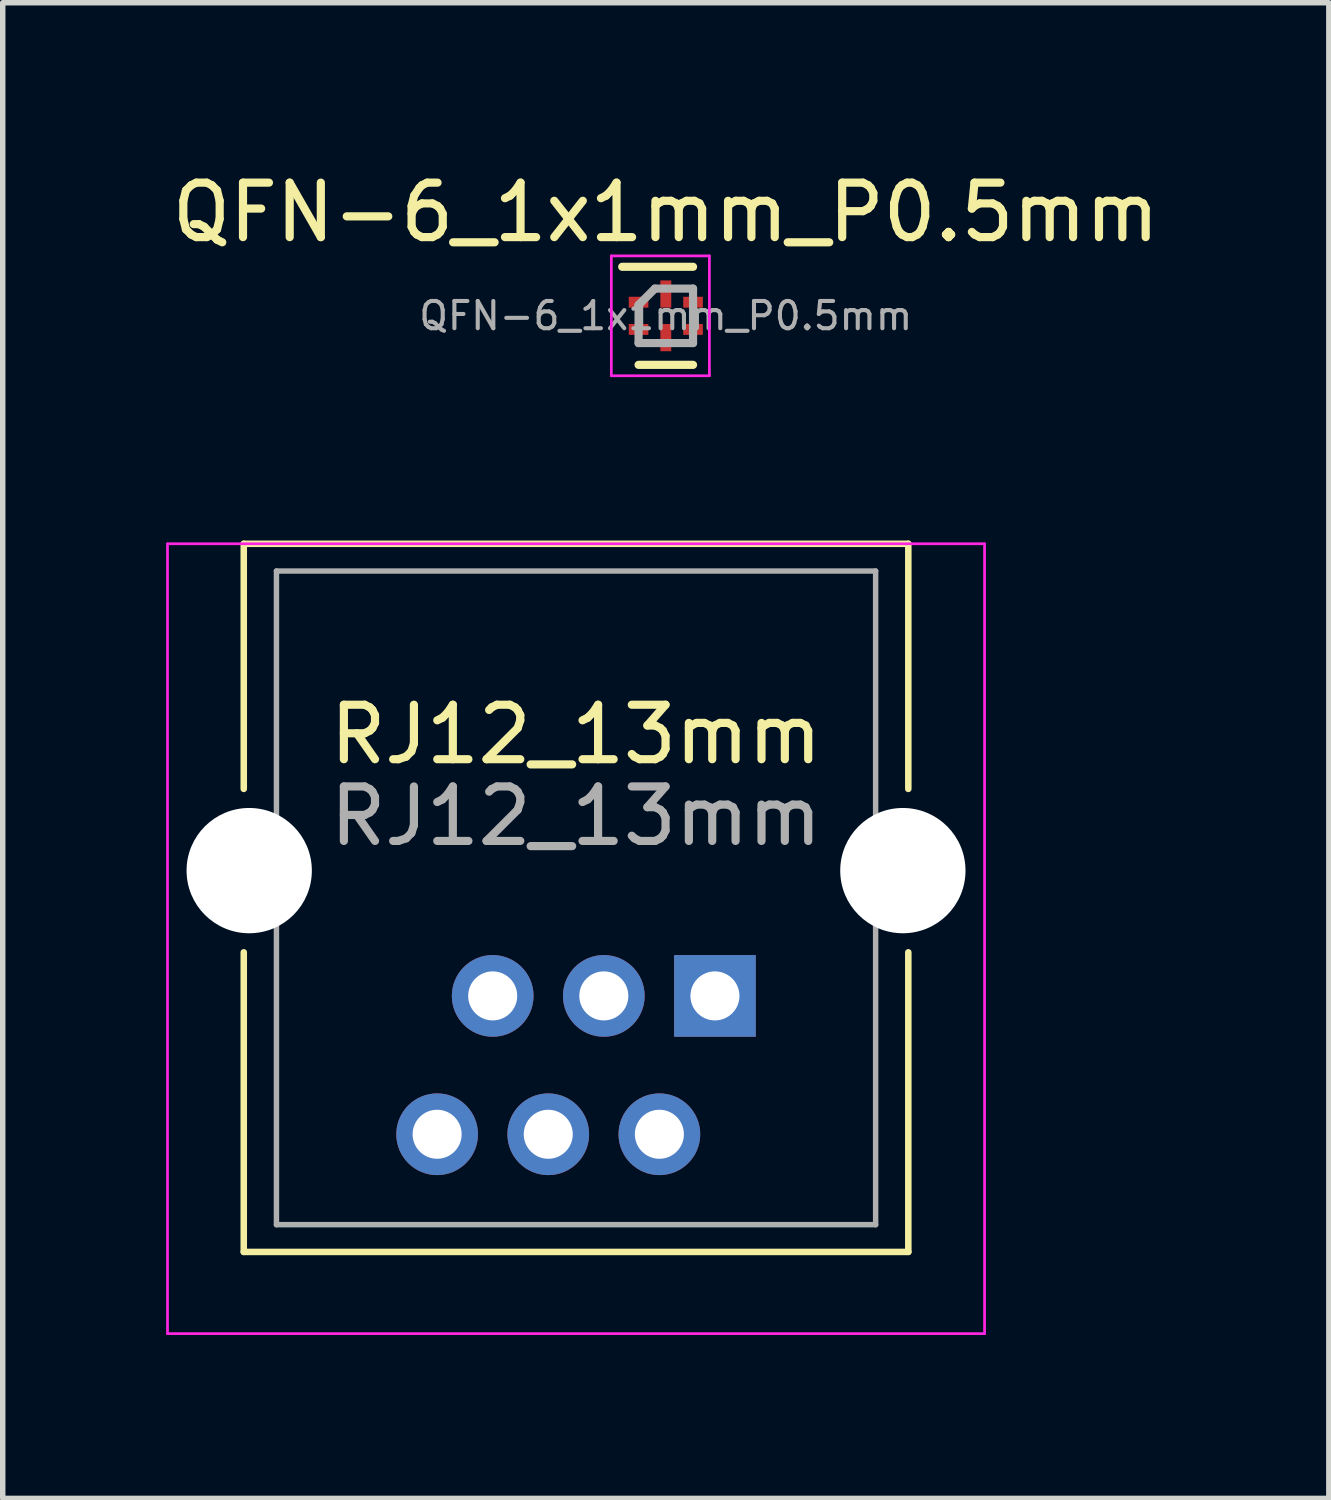
<source format=kicad_pcb>
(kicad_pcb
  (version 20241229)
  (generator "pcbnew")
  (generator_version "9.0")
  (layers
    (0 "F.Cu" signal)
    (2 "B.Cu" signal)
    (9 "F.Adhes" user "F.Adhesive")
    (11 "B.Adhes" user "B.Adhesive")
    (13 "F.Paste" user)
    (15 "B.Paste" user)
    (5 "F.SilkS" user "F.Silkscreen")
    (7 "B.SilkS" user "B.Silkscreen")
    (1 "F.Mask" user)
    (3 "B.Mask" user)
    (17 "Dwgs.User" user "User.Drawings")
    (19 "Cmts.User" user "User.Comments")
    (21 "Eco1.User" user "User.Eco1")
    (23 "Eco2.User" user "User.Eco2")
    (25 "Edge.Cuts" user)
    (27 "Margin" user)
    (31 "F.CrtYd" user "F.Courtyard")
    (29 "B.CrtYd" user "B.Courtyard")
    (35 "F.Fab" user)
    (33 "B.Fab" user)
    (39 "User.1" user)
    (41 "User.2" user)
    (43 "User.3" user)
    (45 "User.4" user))
  (footprint "QFN-6_1x1mm_P0.5mm"
    (layer "F.Cu")
    (at 9.173 2.748)
    (property "Reference" "QFN-6_1x1mm_P0.5mm" (at 0 -1.9 0) (layer "F.SilkS") (effects (font (size 1 1) (thickness 0.15))))
    (attr smd)
    (fp_line (start -0.8 -0.9) (end 0.5 -0.9) (stroke (width 0.15) (type solid)) (layer "F.SilkS"))
    (fp_line (start -0.5 0.9) (end 0.5 0.9) (stroke (width 0.15) (type solid)) (layer "F.SilkS"))
    (fp_line (start -1 -1.1) (end -1 1.1) (stroke (width 0.05) (type solid)) (layer "F.CrtYd"))
    (fp_line (start -1 -1.1) (end 0.8 -1.1) (stroke (width 0.05) (type solid)) (layer "F.CrtYd"))
    (fp_line (start -1 1.1) (end 0.8 1.1) (stroke (width 0.05) (type solid)) (layer "F.CrtYd"))
    (fp_line (start 0.8 -1.1) (end 0.8 1.1) (stroke (width 0.05) (type solid)) (layer "F.CrtYd"))
    (fp_line (start -0.5 -0.2) (end -0.2 -0.5) (stroke (width 0.15) (type solid)) (layer "F.Fab"))
    (fp_line (start -0.5 0.5) (end -0.5 -0.2) (stroke (width 0.15) (type solid)) (layer "F.Fab"))
    (fp_line (start -0.2 -0.5) (end 0.5 -0.5) (stroke (width 0.15) (type solid)) (layer "F.Fab"))
    (fp_line (start 0.5 -0.5) (end 0.5 0.5) (stroke (width 0.15) (type solid)) (layer "F.Fab"))
    (fp_line (start 0.5 0.5) (end -0.5 0.5) (stroke (width 0.15) (type solid)) (layer "F.Fab"))
    (fp_text user "${REFERENCE}" (at 0 0 0) (layer "F.Fab") (effects (font (size 0.5 0.5) (thickness 0.075))))
    (pad "1" smd rect (at -0.5 -0.25) (size 0.36 0.2) (layers "F.Cu" "F.Mask" "F.Paste"))
    (pad "2" smd rect (at -0.5 0.25) (size 0.36 0.2) (layers "F.Cu" "F.Mask" "F.Paste"))
    (pad "3" smd rect (at 0 0.4) (size 0.2 0.5) (layers "F.Cu" "F.Mask" "F.Paste"))
    (pad "4" smd rect (at 0.5 0.25) (size 0.36 0.2) (layers "F.Cu" "F.Mask" "F.Paste"))
    (pad "5" smd rect (at 0.5 -0.25) (size 0.36 0.2) (layers "F.Cu" "F.Mask" "F.Paste"))
    (pad "6" smd rect (at 0 -0.4) (size 0.2 0.5) (layers "F.Cu" "F.Mask" "F.Paste")))
  (footprint "RJ12_13mm"
    (layer "F.Cu")
    (at 7.525 12.933)
    (property "Reference" "RJ12_13mm" (at 0 -2.5 0) (layer "F.SilkS") (effects (font (size 1 1) (thickness 0.15))))
    (attr through_hole)
    (fp_line (start -6.1 -6) (end 6.1 -6) (stroke (width 0.12) (type solid)) (layer "F.SilkS"))
    (fp_line (start -6.1 -1.5) (end -6.1 -6) (stroke (width 0.12) (type solid)) (layer "F.SilkS"))
    (fp_line (start -6.1 7) (end -6.1 1.5) (stroke (width 0.12) (type solid)) (layer "F.SilkS"))
    (fp_line (start 6.1 -6) (end 6.1 -1.5) (stroke (width 0.12) (type solid)) (layer "F.SilkS"))
    (fp_line (start 6.1 1.5) (end 6.1 7) (stroke (width 0.12) (type solid)) (layer "F.SilkS"))
    (fp_line (start 6.1 7) (end -6.1 7) (stroke (width 0.12) (type solid)) (layer "F.SilkS"))
    (fp_line (start -7.5 -6) (end -7.5 8.5) (stroke (width 0.05) (type solid)) (layer "F.CrtYd"))
    (fp_line (start -7.5 8.5) (end 7.5 8.5) (stroke (width 0.05) (type solid)) (layer "F.CrtYd"))
    (fp_line (start 7.5 -6) (end -7.5 -6) (stroke (width 0.05) (type solid)) (layer "F.CrtYd"))
    (fp_line (start 7.5 8.5) (end 7.5 -6) (stroke (width 0.05) (type solid)) (layer "F.CrtYd"))
    (fp_line (start -5.5 -5.5) (end 5.5 -5.5) (stroke (width 0.1) (type solid)) (layer "F.Fab"))
    (fp_line (start -5.5 6.5) (end -5.5 -5.5) (stroke (width 0.1) (type solid)) (layer "F.Fab"))
    (fp_line (start 5.5 -5.5) (end 5.5 6.5) (stroke (width 0.1) (type solid)) (layer "F.Fab"))
    (fp_line (start 5.5 6.5) (end -5.5 6.5) (stroke (width 0.1) (type solid)) (layer "F.Fab"))
    (fp_text user "${REFERENCE}" (at 0 -1 0) (layer "F.Fab") (effects (font (size 1 1) (thickness 0.15))))
    (pad "" np_thru_hole circle (at -6 0) (size 2.3 2.3) (drill 2.3) (layers "*.Cu" "*.Mask"))
    (pad "" np_thru_hole circle (at 6 0) (size 2.3 2.3) (drill 2.3) (layers "*.Cu" "*.Mask"))
    (pad "1" thru_hole rect (at 2.55 2.3) (size 1.5 1.5) (drill 0.9) (layers "*.Cu" "*.Mask"))
    (pad "2" thru_hole circle (at 1.53 4.84) (size 1.5 1.5) (drill 0.9) (layers "*.Cu" "*.Mask"))
    (pad "3" thru_hole circle (at 0.51 2.3) (size 1.5 1.5) (drill 0.9) (layers "*.Cu" "*.Mask"))
    (pad "4" thru_hole circle (at -0.51 4.84) (size 1.5 1.5) (drill 0.9) (layers "*.Cu" "*.Mask"))
    (pad "5" thru_hole circle (at -1.53 2.3) (size 1.5 1.5) (drill 0.9) (layers "*.Cu" "*.Mask"))
    (pad "6" thru_hole circle (at -2.55 4.84) (size 1.5 1.5) (drill 0.9) (layers "*.Cu" "*.Mask")))
  (gr_rect
    (start -3 -3)
    (end 21.345 24.458)
    (stroke (width 0.1) (type default))
    (fill no)
    (layer "Edge.Cuts")))
</source>
